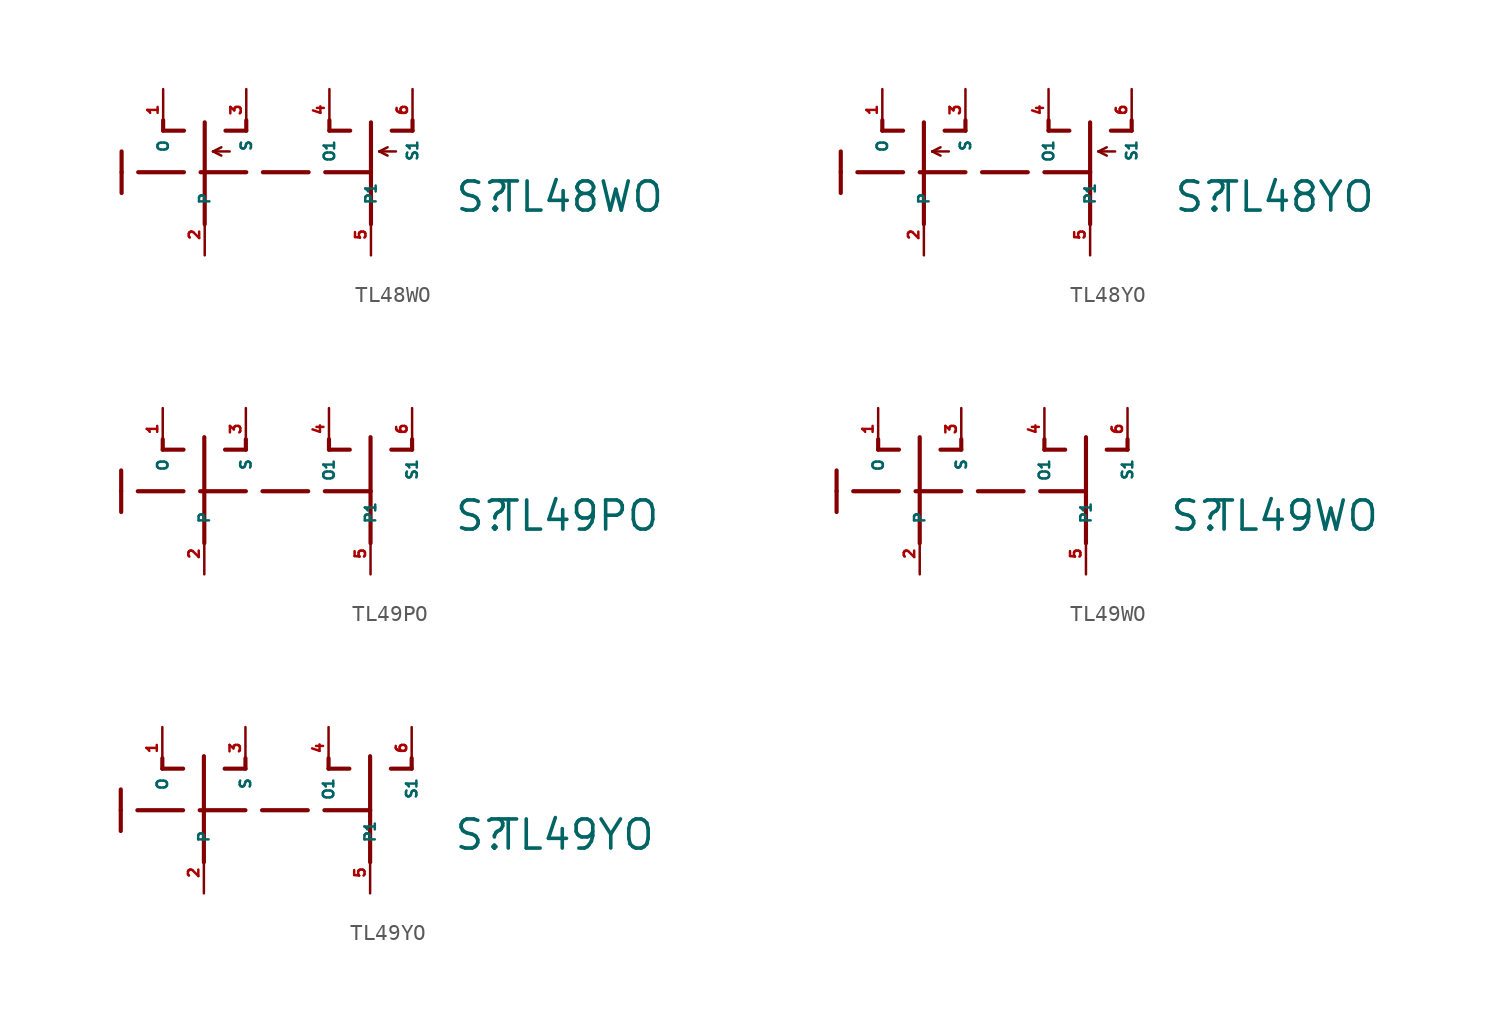
<source format=kicad_sym>
(kicad_symbol_lib
  (version 20220914)
  (generator Eagle2Kicad)
  (symbol "TL48WO"
    (property "Reference" "S"
      (at 15.24 -2.54 0)
      (effects (font (size 1.778 1.778) (thickness 0.22)) (justify left bottom)))
    (property "Value" "TL48WO"
      (at 17.78 -2.54 0)
      (effects (font (size 1.778 1.778) (thickness 0.22)) (justify left bottom)))
    (polyline
      (pts (xy 0 -3.175) (xy 0 3.048))
      (stroke (width 0.254) (type default))
      (fill (type none)))
    (polyline
      (pts (xy 1.27 2.54) (xy 2.54 2.54))
      (stroke (width 0.254) (type default))
      (fill (type none)))
    (polyline
      (pts (xy 2.54 2.54) (xy 2.54 3.175))
      (stroke (width 0.254) (type default))
      (fill (type none)))
    (polyline
      (pts (xy -2.54 2.54) (xy -1.27 2.54))
      (stroke (width 0.254) (type default))
      (fill (type none)))
    (polyline
      (pts (xy -2.54 2.54) (xy -2.54 3.175))
      (stroke (width 0.254) (type default))
      (fill (type none)))
    (polyline
      (pts (xy 0.508 1.27) (xy 1.016 1.524))
      (stroke (width 0.152) (type default))
      (fill (type none)))
    (polyline
      (pts (xy 0.508 1.27) (xy 1.016 1.016))
      (stroke (width 0.152) (type default))
      (fill (type none)))
    (polyline
      (pts (xy 0.508 1.27) (xy 1.524 1.27))
      (stroke (width 0.152) (type default))
      (fill (type none)))
    (polyline
      (pts (xy 10.16 -3.175) (xy 10.16 0))
      (stroke (width 0.254) (type default))
      (fill (type none)))
    (polyline
      (pts (xy 10.16 0) (xy 10.16 3.048))
      (stroke (width 0.254) (type default))
      (fill (type none)))
    (polyline
      (pts (xy 11.43 2.54) (xy 12.7 2.54))
      (stroke (width 0.254) (type default))
      (fill (type none)))
    (polyline
      (pts (xy 12.7 2.54) (xy 12.7 3.175))
      (stroke (width 0.254) (type default))
      (fill (type none)))
    (polyline
      (pts (xy 7.62 2.54) (xy 8.89 2.54))
      (stroke (width 0.254) (type default))
      (fill (type none)))
    (polyline
      (pts (xy 7.62 2.54) (xy 7.62 3.175))
      (stroke (width 0.254) (type default))
      (fill (type none)))
    (polyline
      (pts (xy 10.668 1.27) (xy 11.176 1.524))
      (stroke (width 0.152) (type default))
      (fill (type none)))
    (polyline
      (pts (xy 10.668 1.27) (xy 11.176 1.016))
      (stroke (width 0.152) (type default))
      (fill (type none)))
    (polyline
      (pts (xy 10.668 1.27) (xy 11.684 1.27))
      (stroke (width 0.152) (type default))
      (fill (type none)))
    (polyline
      (pts (xy 10.16 0) (xy -5.08 0))
      (stroke (width 0.254) (type dash))
      (fill (type none)))
    (polyline
      (pts (xy -5.08 -1.27) (xy -5.08 1.27))
      (stroke (width 0.254) (type default))
      (fill (type none)))
    (pin passive line
      (at 0 -5.08 90)
      (length 2.54)
      (name "P" (effects (font (size 0.635 0.635) (thickness 0.08)) (justify left bottom)))
      (number "2" (effects (font (size 0.635 0.635) (thickness 0.08)) (justify left bottom))))
    (pin passive line
      (at 2.54 5.08 270)
      (length 2.54)
      (name "S" (effects (font (size 0.635 0.635) (thickness 0.08)) (justify left bottom)))
      (number "3" (effects (font (size 0.635 0.635) (thickness 0.08)) (justify left bottom))))
    (pin passive line
      (at -2.54 5.08 270)
      (length 2.54)
      (name "O" (effects (font (size 0.635 0.635) (thickness 0.08)) (justify left bottom)))
      (number "1" (effects (font (size 0.635 0.635) (thickness 0.08)) (justify left bottom))))
    (pin passive line
      (at 10.16 -5.08 90)
      (length 2.54)
      (name "P1" (effects (font (size 0.635 0.635) (thickness 0.08)) (justify left bottom)))
      (number "5" (effects (font (size 0.635 0.635) (thickness 0.08)) (justify left bottom))))
    (pin passive line
      (at 12.7 5.08 270)
      (length 2.54)
      (name "S1" (effects (font (size 0.635 0.635) (thickness 0.08)) (justify left bottom)))
      (number "6" (effects (font (size 0.635 0.635) (thickness 0.08)) (justify left bottom))))
    (pin passive line
      (at 7.62 5.08 270)
      (length 2.54)
      (name "O1" (effects (font (size 0.635 0.635) (thickness 0.08)) (justify left bottom)))
      (number "4" (effects (font (size 0.635 0.635) (thickness 0.08)) (justify left bottom)))))
  (symbol "TL48YO"
    (property "Reference" "S"
      (at 15.24 -2.54 0)
      (effects (font (size 1.778 1.778) (thickness 0.22)) (justify left bottom)))
    (property "Value" "TL48YO"
      (at 17.78 -2.54 0)
      (effects (font (size 1.778 1.778) (thickness 0.22)) (justify left bottom)))
    (polyline
      (pts (xy 0 -3.175) (xy 0 3.048))
      (stroke (width 0.254) (type default))
      (fill (type none)))
    (polyline
      (pts (xy 1.27 2.54) (xy 2.54 2.54))
      (stroke (width 0.254) (type default))
      (fill (type none)))
    (polyline
      (pts (xy 2.54 2.54) (xy 2.54 3.175))
      (stroke (width 0.254) (type default))
      (fill (type none)))
    (polyline
      (pts (xy -2.54 2.54) (xy -1.27 2.54))
      (stroke (width 0.254) (type default))
      (fill (type none)))
    (polyline
      (pts (xy -2.54 2.54) (xy -2.54 3.175))
      (stroke (width 0.254) (type default))
      (fill (type none)))
    (polyline
      (pts (xy 0.508 1.27) (xy 1.016 1.524))
      (stroke (width 0.152) (type default))
      (fill (type none)))
    (polyline
      (pts (xy 0.508 1.27) (xy 1.016 1.016))
      (stroke (width 0.152) (type default))
      (fill (type none)))
    (polyline
      (pts (xy 0.508 1.27) (xy 1.524 1.27))
      (stroke (width 0.152) (type default))
      (fill (type none)))
    (polyline
      (pts (xy 10.16 -3.175) (xy 10.16 0))
      (stroke (width 0.254) (type default))
      (fill (type none)))
    (polyline
      (pts (xy 10.16 0) (xy 10.16 3.048))
      (stroke (width 0.254) (type default))
      (fill (type none)))
    (polyline
      (pts (xy 11.43 2.54) (xy 12.7 2.54))
      (stroke (width 0.254) (type default))
      (fill (type none)))
    (polyline
      (pts (xy 12.7 2.54) (xy 12.7 3.175))
      (stroke (width 0.254) (type default))
      (fill (type none)))
    (polyline
      (pts (xy 7.62 2.54) (xy 8.89 2.54))
      (stroke (width 0.254) (type default))
      (fill (type none)))
    (polyline
      (pts (xy 7.62 2.54) (xy 7.62 3.175))
      (stroke (width 0.254) (type default))
      (fill (type none)))
    (polyline
      (pts (xy 10.668 1.27) (xy 11.176 1.524))
      (stroke (width 0.152) (type default))
      (fill (type none)))
    (polyline
      (pts (xy 10.668 1.27) (xy 11.176 1.016))
      (stroke (width 0.152) (type default))
      (fill (type none)))
    (polyline
      (pts (xy 10.668 1.27) (xy 11.684 1.27))
      (stroke (width 0.152) (type default))
      (fill (type none)))
    (polyline
      (pts (xy 10.16 0) (xy -5.08 0))
      (stroke (width 0.254) (type dash))
      (fill (type none)))
    (polyline
      (pts (xy -5.08 -1.27) (xy -5.08 1.27))
      (stroke (width 0.254) (type default))
      (fill (type none)))
    (pin passive line
      (at 0 -5.08 90)
      (length 2.54)
      (name "P" (effects (font (size 0.635 0.635) (thickness 0.08)) (justify left bottom)))
      (number "2" (effects (font (size 0.635 0.635) (thickness 0.08)) (justify left bottom))))
    (pin passive line
      (at 2.54 5.08 270)
      (length 2.54)
      (name "S" (effects (font (size 0.635 0.635) (thickness 0.08)) (justify left bottom)))
      (number "3" (effects (font (size 0.635 0.635) (thickness 0.08)) (justify left bottom))))
    (pin passive line
      (at -2.54 5.08 270)
      (length 2.54)
      (name "O" (effects (font (size 0.635 0.635) (thickness 0.08)) (justify left bottom)))
      (number "1" (effects (font (size 0.635 0.635) (thickness 0.08)) (justify left bottom))))
    (pin passive line
      (at 10.16 -5.08 90)
      (length 2.54)
      (name "P1" (effects (font (size 0.635 0.635) (thickness 0.08)) (justify left bottom)))
      (number "5" (effects (font (size 0.635 0.635) (thickness 0.08)) (justify left bottom))))
    (pin passive line
      (at 12.7 5.08 270)
      (length 2.54)
      (name "S1" (effects (font (size 0.635 0.635) (thickness 0.08)) (justify left bottom)))
      (number "6" (effects (font (size 0.635 0.635) (thickness 0.08)) (justify left bottom))))
    (pin passive line
      (at 7.62 5.08 270)
      (length 2.54)
      (name "O1" (effects (font (size 0.635 0.635) (thickness 0.08)) (justify left bottom)))
      (number "4" (effects (font (size 0.635 0.635) (thickness 0.08)) (justify left bottom)))))
  (symbol "TL49PO"
    (property "Reference" "S"
      (at 15.24 -2.54 0)
      (effects (font (size 1.778 1.778) (thickness 0.22)) (justify left bottom)))
    (property "Value" "TL49PO"
      (at 17.78 -2.54 0)
      (effects (font (size 1.778 1.778) (thickness 0.22)) (justify left bottom)))
    (polyline
      (pts (xy 0 -3.175) (xy 0 3.302))
      (stroke (width 0.254) (type default))
      (fill (type none)))
    (polyline
      (pts (xy 1.27 2.54) (xy 2.54 2.54))
      (stroke (width 0.254) (type default))
      (fill (type none)))
    (polyline
      (pts (xy 2.54 2.54) (xy 2.54 3.175))
      (stroke (width 0.254) (type default))
      (fill (type none)))
    (polyline
      (pts (xy -2.54 2.54) (xy -1.27 2.54))
      (stroke (width 0.254) (type default))
      (fill (type none)))
    (polyline
      (pts (xy -2.54 2.54) (xy -2.54 3.175))
      (stroke (width 0.254) (type default))
      (fill (type none)))
    (polyline
      (pts (xy 10.16 -3.175) (xy 10.16 0))
      (stroke (width 0.254) (type default))
      (fill (type none)))
    (polyline
      (pts (xy 10.16 0) (xy 10.16 3.302))
      (stroke (width 0.254) (type default))
      (fill (type none)))
    (polyline
      (pts (xy 11.43 2.54) (xy 12.7 2.54))
      (stroke (width 0.254) (type default))
      (fill (type none)))
    (polyline
      (pts (xy 12.7 2.54) (xy 12.7 3.175))
      (stroke (width 0.254) (type default))
      (fill (type none)))
    (polyline
      (pts (xy 7.62 2.54) (xy 8.89 2.54))
      (stroke (width 0.254) (type default))
      (fill (type none)))
    (polyline
      (pts (xy 7.62 2.54) (xy 7.62 3.175))
      (stroke (width 0.254) (type default))
      (fill (type none)))
    (polyline
      (pts (xy 10.16 0) (xy -5.08 0))
      (stroke (width 0.254) (type dash))
      (fill (type none)))
    (polyline
      (pts (xy -5.08 1.27) (xy -5.08 -1.27))
      (stroke (width 0.254) (type default))
      (fill (type none)))
    (pin passive line
      (at 0 -5.08 90)
      (length 2.54)
      (name "P" (effects (font (size 0.635 0.635) (thickness 0.08)) (justify left bottom)))
      (number "2" (effects (font (size 0.635 0.635) (thickness 0.08)) (justify left bottom))))
    (pin passive line
      (at 2.54 5.08 270)
      (length 2.54)
      (name "S" (effects (font (size 0.635 0.635) (thickness 0.08)) (justify left bottom)))
      (number "3" (effects (font (size 0.635 0.635) (thickness 0.08)) (justify left bottom))))
    (pin passive line
      (at -2.54 5.08 270)
      (length 2.54)
      (name "O" (effects (font (size 0.635 0.635) (thickness 0.08)) (justify left bottom)))
      (number "1" (effects (font (size 0.635 0.635) (thickness 0.08)) (justify left bottom))))
    (pin passive line
      (at 10.16 -5.08 90)
      (length 2.54)
      (name "P1" (effects (font (size 0.635 0.635) (thickness 0.08)) (justify left bottom)))
      (number "5" (effects (font (size 0.635 0.635) (thickness 0.08)) (justify left bottom))))
    (pin passive line
      (at 12.7 5.08 270)
      (length 2.54)
      (name "S1" (effects (font (size 0.635 0.635) (thickness 0.08)) (justify left bottom)))
      (number "6" (effects (font (size 0.635 0.635) (thickness 0.08)) (justify left bottom))))
    (pin passive line
      (at 7.62 5.08 270)
      (length 2.54)
      (name "O1" (effects (font (size 0.635 0.635) (thickness 0.08)) (justify left bottom)))
      (number "4" (effects (font (size 0.635 0.635) (thickness 0.08)) (justify left bottom)))))
  (symbol "TL49WO"
    (property "Reference" "S"
      (at 15.24 -2.54 0)
      (effects (font (size 1.778 1.778) (thickness 0.22)) (justify left bottom)))
    (property "Value" "TL49WO"
      (at 17.78 -2.54 0)
      (effects (font (size 1.778 1.778) (thickness 0.22)) (justify left bottom)))
    (polyline
      (pts (xy 0 -3.175) (xy 0 3.302))
      (stroke (width 0.254) (type default))
      (fill (type none)))
    (polyline
      (pts (xy 1.27 2.54) (xy 2.54 2.54))
      (stroke (width 0.254) (type default))
      (fill (type none)))
    (polyline
      (pts (xy 2.54 2.54) (xy 2.54 3.175))
      (stroke (width 0.254) (type default))
      (fill (type none)))
    (polyline
      (pts (xy -2.54 2.54) (xy -1.27 2.54))
      (stroke (width 0.254) (type default))
      (fill (type none)))
    (polyline
      (pts (xy -2.54 2.54) (xy -2.54 3.175))
      (stroke (width 0.254) (type default))
      (fill (type none)))
    (polyline
      (pts (xy 10.16 -3.175) (xy 10.16 0))
      (stroke (width 0.254) (type default))
      (fill (type none)))
    (polyline
      (pts (xy 10.16 0) (xy 10.16 3.302))
      (stroke (width 0.254) (type default))
      (fill (type none)))
    (polyline
      (pts (xy 11.43 2.54) (xy 12.7 2.54))
      (stroke (width 0.254) (type default))
      (fill (type none)))
    (polyline
      (pts (xy 12.7 2.54) (xy 12.7 3.175))
      (stroke (width 0.254) (type default))
      (fill (type none)))
    (polyline
      (pts (xy 7.62 2.54) (xy 8.89 2.54))
      (stroke (width 0.254) (type default))
      (fill (type none)))
    (polyline
      (pts (xy 7.62 2.54) (xy 7.62 3.175))
      (stroke (width 0.254) (type default))
      (fill (type none)))
    (polyline
      (pts (xy 10.16 0) (xy -5.08 0))
      (stroke (width 0.254) (type dash))
      (fill (type none)))
    (polyline
      (pts (xy -5.08 1.27) (xy -5.08 -1.27))
      (stroke (width 0.254) (type default))
      (fill (type none)))
    (pin passive line
      (at 0 -5.08 90)
      (length 2.54)
      (name "P" (effects (font (size 0.635 0.635) (thickness 0.08)) (justify left bottom)))
      (number "2" (effects (font (size 0.635 0.635) (thickness 0.08)) (justify left bottom))))
    (pin passive line
      (at 2.54 5.08 270)
      (length 2.54)
      (name "S" (effects (font (size 0.635 0.635) (thickness 0.08)) (justify left bottom)))
      (number "3" (effects (font (size 0.635 0.635) (thickness 0.08)) (justify left bottom))))
    (pin passive line
      (at -2.54 5.08 270)
      (length 2.54)
      (name "O" (effects (font (size 0.635 0.635) (thickness 0.08)) (justify left bottom)))
      (number "1" (effects (font (size 0.635 0.635) (thickness 0.08)) (justify left bottom))))
    (pin passive line
      (at 10.16 -5.08 90)
      (length 2.54)
      (name "P1" (effects (font (size 0.635 0.635) (thickness 0.08)) (justify left bottom)))
      (number "5" (effects (font (size 0.635 0.635) (thickness 0.08)) (justify left bottom))))
    (pin passive line
      (at 12.7 5.08 270)
      (length 2.54)
      (name "S1" (effects (font (size 0.635 0.635) (thickness 0.08)) (justify left bottom)))
      (number "6" (effects (font (size 0.635 0.635) (thickness 0.08)) (justify left bottom))))
    (pin passive line
      (at 7.62 5.08 270)
      (length 2.54)
      (name "O1" (effects (font (size 0.635 0.635) (thickness 0.08)) (justify left bottom)))
      (number "4" (effects (font (size 0.635 0.635) (thickness 0.08)) (justify left bottom)))))
  (symbol "TL49YO"
    (property "Reference" "S"
      (at 15.24 -2.54 0)
      (effects (font (size 1.778 1.778) (thickness 0.22)) (justify left bottom)))
    (property "Value" "TL49YO"
      (at 17.78 -2.54 0)
      (effects (font (size 1.778 1.778) (thickness 0.22)) (justify left bottom)))
    (polyline
      (pts (xy 0 -3.175) (xy 0 3.302))
      (stroke (width 0.254) (type default))
      (fill (type none)))
    (polyline
      (pts (xy 1.27 2.54) (xy 2.54 2.54))
      (stroke (width 0.254) (type default))
      (fill (type none)))
    (polyline
      (pts (xy 2.54 2.54) (xy 2.54 3.175))
      (stroke (width 0.254) (type default))
      (fill (type none)))
    (polyline
      (pts (xy -2.54 2.54) (xy -1.27 2.54))
      (stroke (width 0.254) (type default))
      (fill (type none)))
    (polyline
      (pts (xy -2.54 2.54) (xy -2.54 3.175))
      (stroke (width 0.254) (type default))
      (fill (type none)))
    (polyline
      (pts (xy 10.16 -3.175) (xy 10.16 0))
      (stroke (width 0.254) (type default))
      (fill (type none)))
    (polyline
      (pts (xy 10.16 0) (xy 10.16 3.302))
      (stroke (width 0.254) (type default))
      (fill (type none)))
    (polyline
      (pts (xy 11.43 2.54) (xy 12.7 2.54))
      (stroke (width 0.254) (type default))
      (fill (type none)))
    (polyline
      (pts (xy 12.7 2.54) (xy 12.7 3.175))
      (stroke (width 0.254) (type default))
      (fill (type none)))
    (polyline
      (pts (xy 7.62 2.54) (xy 8.89 2.54))
      (stroke (width 0.254) (type default))
      (fill (type none)))
    (polyline
      (pts (xy 7.62 2.54) (xy 7.62 3.175))
      (stroke (width 0.254) (type default))
      (fill (type none)))
    (polyline
      (pts (xy 10.16 0) (xy -5.08 0))
      (stroke (width 0.254) (type dash))
      (fill (type none)))
    (polyline
      (pts (xy -5.08 1.27) (xy -5.08 -1.27))
      (stroke (width 0.254) (type default))
      (fill (type none)))
    (pin passive line
      (at 0 -5.08 90)
      (length 2.54)
      (name "P" (effects (font (size 0.635 0.635) (thickness 0.08)) (justify left bottom)))
      (number "2" (effects (font (size 0.635 0.635) (thickness 0.08)) (justify left bottom))))
    (pin passive line
      (at 2.54 5.08 270)
      (length 2.54)
      (name "S" (effects (font (size 0.635 0.635) (thickness 0.08)) (justify left bottom)))
      (number "3" (effects (font (size 0.635 0.635) (thickness 0.08)) (justify left bottom))))
    (pin passive line
      (at -2.54 5.08 270)
      (length 2.54)
      (name "O" (effects (font (size 0.635 0.635) (thickness 0.08)) (justify left bottom)))
      (number "1" (effects (font (size 0.635 0.635) (thickness 0.08)) (justify left bottom))))
    (pin passive line
      (at 10.16 -5.08 90)
      (length 2.54)
      (name "P1" (effects (font (size 0.635 0.635) (thickness 0.08)) (justify left bottom)))
      (number "5" (effects (font (size 0.635 0.635) (thickness 0.08)) (justify left bottom))))
    (pin passive line
      (at 12.7 5.08 270)
      (length 2.54)
      (name "S1" (effects (font (size 0.635 0.635) (thickness 0.08)) (justify left bottom)))
      (number "6" (effects (font (size 0.635 0.635) (thickness 0.08)) (justify left bottom))))
    (pin passive line
      (at 7.62 5.08 270)
      (length 2.54)
      (name "O1" (effects (font (size 0.635 0.635) (thickness 0.08)) (justify left bottom)))
      (number "4" (effects (font (size 0.635 0.635) (thickness 0.08)) (justify left bottom))))))
</source>
